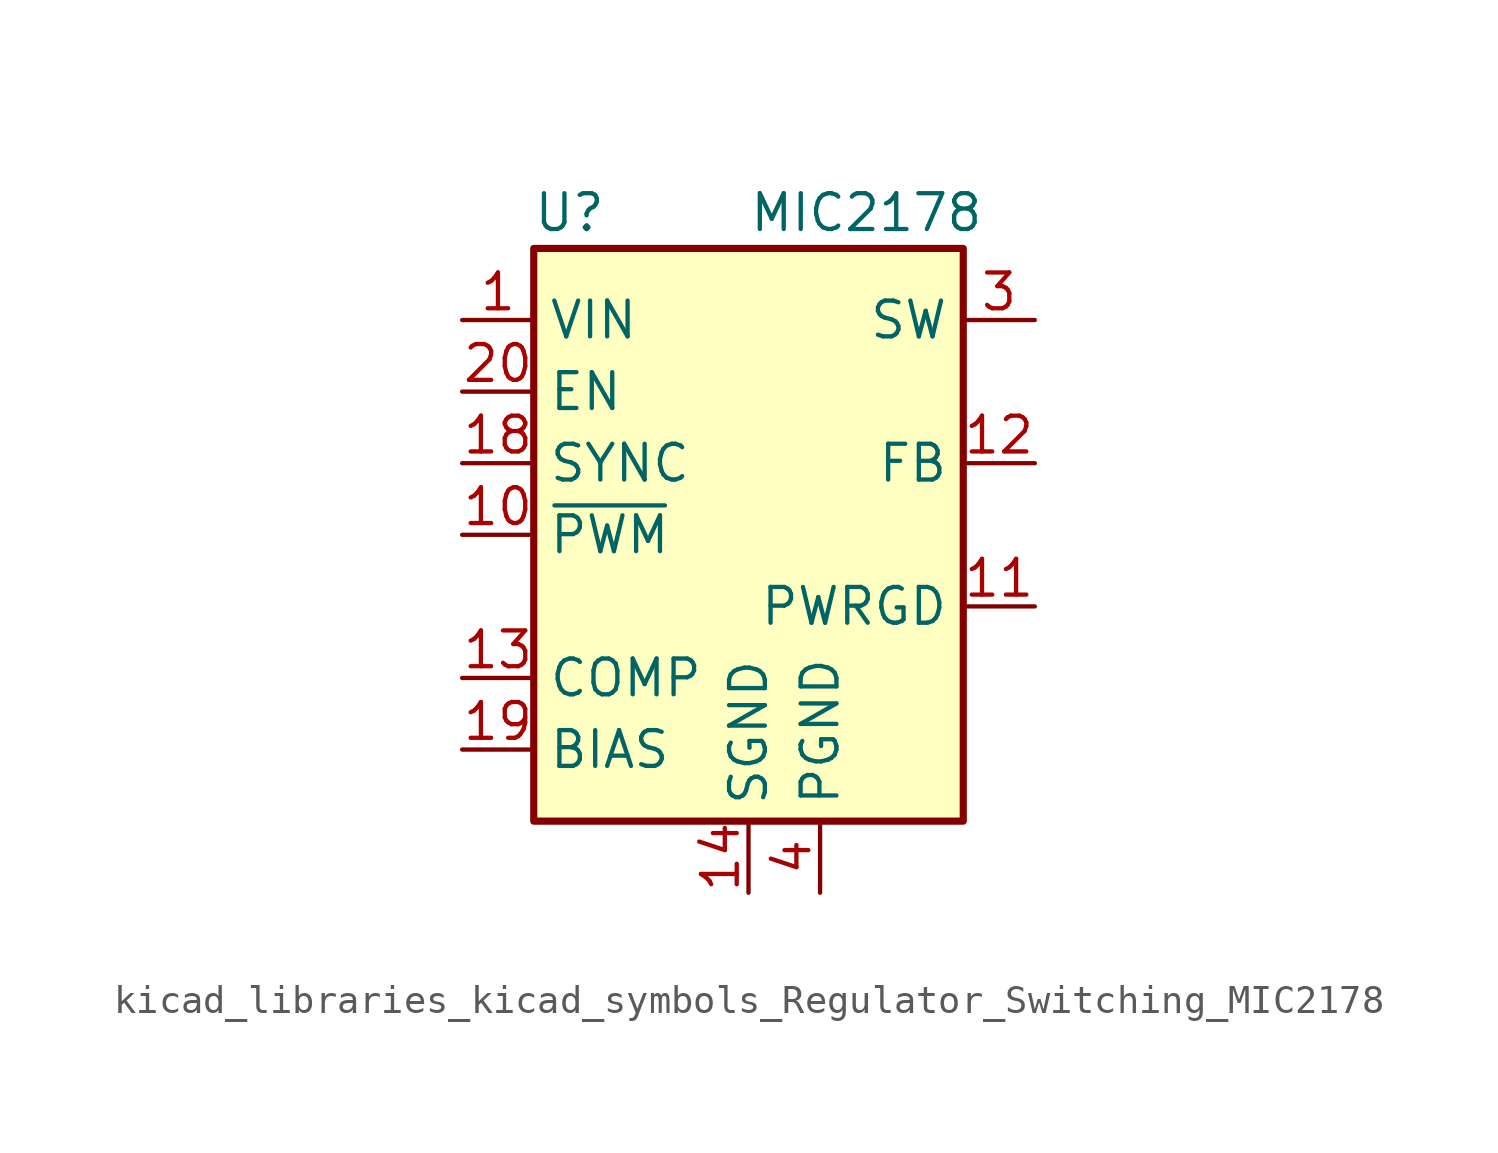
<source format=kicad_sym>
(kicad_symbol_lib
  (version 20220914)
  (generator kicad_symbol_editor)
  (symbol "kicad_libraries_kicad_symbols_Regulator_Switching_MIC2178"
    (property "Reference" "U"
      (at -6.35 13.97 0)
      (effects (font (size 1.27 1.27))))
    (property "Value" "MIC2178"
      (at 0 13.97 0)
      (effects (font (size 1.27 1.27)) (justify left)))
    (symbol "kicad_libraries_kicad_symbols_Regulator_Switching_MIC2178_0_1"
      (rectangle (start -7.62 12.7) (end 7.62 -7.62) (stroke (width 0.254) (type default)) (fill (type background))))
    (symbol "kicad_libraries_kicad_symbols_Regulator_Switching_MIC2178_1_1"
      (pin power_in line (at -10.16 10.16 0) (length 2.54) (name "VIN" (effects (font (size 1.27 1.27)))) (number "1" (effects (font (size 1.27 1.27)))))
      (pin input line (at -10.16 2.54 0) (length 2.54) (name "~{PWM}" (effects (font (size 1.27 1.27)))) (number "10" (effects (font (size 1.27 1.27)))))
      (pin output line (at 10.16 0 180) (length 2.54) (name "PWRGD" (effects (font (size 1.27 1.27)))) (number "11" (effects (font (size 1.27 1.27)))))
      (pin input line (at 10.16 5.08 180) (length 2.54) (name "FB" (effects (font (size 1.27 1.27)))) (number "12" (effects (font (size 1.27 1.27)))))
      (pin input line (at -10.16 -2.54 0) (length 2.54) (name "COMP" (effects (font (size 1.27 1.27)))) (number "13" (effects (font (size 1.27 1.27)))))
      (pin power_in line (at 0 -10.16 90) (length 2.54) (name "SGND" (effects (font (size 1.27 1.27)))) (number "14" (effects (font (size 1.27 1.27)))))
      (pin passive line (at 0 -10.16 90) (length 2.54) hide (name "SGND" (effects (font (size 1.27 1.27)))) (number "15" (effects (font (size 1.27 1.27)))))
      (pin passive line (at 0 -10.16 90) (length 2.54) hide (name "SGND" (effects (font (size 1.27 1.27)))) (number "16" (effects (font (size 1.27 1.27)))))
      (pin passive line (at 0 -10.16 90) (length 2.54) hide (name "SGND" (effects (font (size 1.27 1.27)))) (number "17" (effects (font (size 1.27 1.27)))))
      (pin input line (at -10.16 5.08 0) (length 2.54) (name "SYNC" (effects (font (size 1.27 1.27)))) (number "18" (effects (font (size 1.27 1.27)))))
      (pin input line (at -10.16 -5.08 0) (length 2.54) (name "BIAS" (effects (font (size 1.27 1.27)))) (number "19" (effects (font (size 1.27 1.27)))))
      (pin passive line (at -10.16 10.16 0) (length 2.54) hide (name "VIN" (effects (font (size 1.27 1.27)))) (number "2" (effects (font (size 1.27 1.27)))))
      (pin input line (at -10.16 7.62 0) (length 2.54) (name "EN" (effects (font (size 1.27 1.27)))) (number "20" (effects (font (size 1.27 1.27)))))
      (pin output line (at 10.16 10.16 180) (length 2.54) (name "SW" (effects (font (size 1.27 1.27)))) (number "3" (effects (font (size 1.27 1.27)))))
      (pin power_in line (at 2.54 -10.16 90) (length 2.54) (name "PGND" (effects (font (size 1.27 1.27)))) (number "4" (effects (font (size 1.27 1.27)))))
      (pin passive line (at 2.54 -10.16 90) (length 2.54) hide (name "PGND" (effects (font (size 1.27 1.27)))) (number "5" (effects (font (size 1.27 1.27)))))
      (pin passive line (at 2.54 -10.16 90) (length 2.54) hide (name "PGND" (effects (font (size 1.27 1.27)))) (number "6" (effects (font (size 1.27 1.27)))))
      (pin passive line (at 2.54 -10.16 90) (length 2.54) hide (name "PGND" (effects (font (size 1.27 1.27)))) (number "7" (effects (font (size 1.27 1.27)))))
      (pin passive line (at 10.16 10.16 180) (length 2.54) hide (name "SW" (effects (font (size 1.27 1.27)))) (number "8" (effects (font (size 1.27 1.27)))))
      (pin passive line (at -10.16 10.16 0) (length 2.54) hide (name "VIN" (effects (font (size 1.27 1.27)))) (number "9" (effects (font (size 1.27 1.27))))))))
</source>
